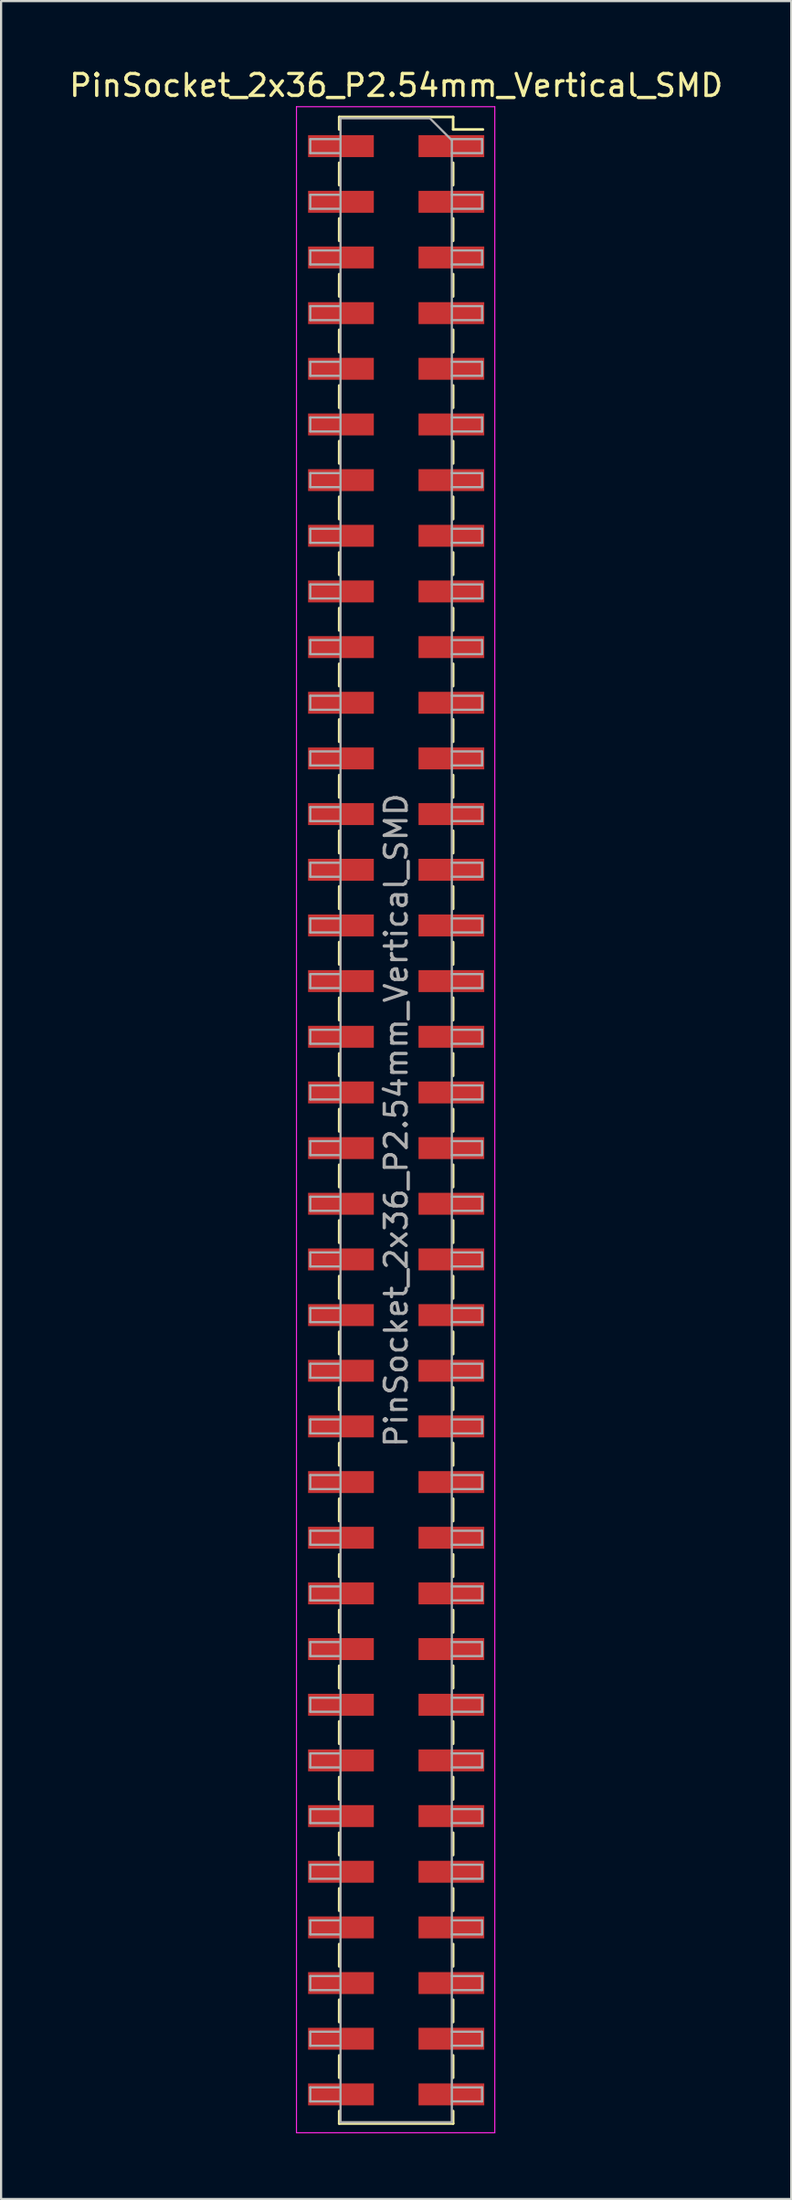
<source format=kicad_pcb>
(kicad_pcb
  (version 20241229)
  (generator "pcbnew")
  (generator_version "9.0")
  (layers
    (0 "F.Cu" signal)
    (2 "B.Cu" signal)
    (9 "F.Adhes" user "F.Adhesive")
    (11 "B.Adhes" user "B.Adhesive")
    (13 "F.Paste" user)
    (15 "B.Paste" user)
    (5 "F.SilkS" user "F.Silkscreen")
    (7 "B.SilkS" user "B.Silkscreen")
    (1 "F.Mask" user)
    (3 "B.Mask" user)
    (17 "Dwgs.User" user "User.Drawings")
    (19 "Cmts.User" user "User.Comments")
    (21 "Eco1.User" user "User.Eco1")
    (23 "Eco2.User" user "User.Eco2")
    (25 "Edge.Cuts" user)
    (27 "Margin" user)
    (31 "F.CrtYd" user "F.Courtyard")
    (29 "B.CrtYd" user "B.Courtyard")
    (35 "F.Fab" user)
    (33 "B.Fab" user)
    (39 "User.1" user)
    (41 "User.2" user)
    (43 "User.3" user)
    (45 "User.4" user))
  (footprint "PinSocket_2x36_P2.54mm_Vertical_SMD"
    (layer "F.Cu")
    (at 15.03 48.068)
    (property "Reference" "PinSocket_2x36_P2.54mm_Vertical_SMD" (at 0 -47.22 0) (layer "F.SilkS") (effects (font (size 1 1) (thickness 0.15))))
    (attr smd)
    (fp_line (start -2.6 -45.78) (end -2.6 -45.21) (stroke (width 0.12) (type solid)) (layer "F.SilkS"))
    (fp_line (start -2.6 -45.78) (end 2.6 -45.78) (stroke (width 0.12) (type solid)) (layer "F.SilkS"))
    (fp_line (start -2.6 -43.69) (end -2.6 -42.67) (stroke (width 0.12) (type solid)) (layer "F.SilkS"))
    (fp_line (start -2.6 -41.15) (end -2.6 -40.13) (stroke (width 0.12) (type solid)) (layer "F.SilkS"))
    (fp_line (start -2.6 -38.61) (end -2.6 -37.59) (stroke (width 0.12) (type solid)) (layer "F.SilkS"))
    (fp_line (start -2.6 -36.07) (end -2.6 -35.05) (stroke (width 0.12) (type solid)) (layer "F.SilkS"))
    (fp_line (start -2.6 -33.53) (end -2.6 -32.51) (stroke (width 0.12) (type solid)) (layer "F.SilkS"))
    (fp_line (start -2.6 -30.99) (end -2.6 -29.97) (stroke (width 0.12) (type solid)) (layer "F.SilkS"))
    (fp_line (start -2.6 -28.45) (end -2.6 -27.43) (stroke (width 0.12) (type solid)) (layer "F.SilkS"))
    (fp_line (start -2.6 -25.91) (end -2.6 -24.89) (stroke (width 0.12) (type solid)) (layer "F.SilkS"))
    (fp_line (start -2.6 -23.37) (end -2.6 -22.35) (stroke (width 0.12) (type solid)) (layer "F.SilkS"))
    (fp_line (start -2.6 -20.83) (end -2.6 -19.81) (stroke (width 0.12) (type solid)) (layer "F.SilkS"))
    (fp_line (start -2.6 -18.29) (end -2.6 -17.27) (stroke (width 0.12) (type solid)) (layer "F.SilkS"))
    (fp_line (start -2.6 -15.75) (end -2.6 -14.73) (stroke (width 0.12) (type solid)) (layer "F.SilkS"))
    (fp_line (start -2.6 -13.21) (end -2.6 -12.19) (stroke (width 0.12) (type solid)) (layer "F.SilkS"))
    (fp_line (start -2.6 -10.67) (end -2.6 -9.65) (stroke (width 0.12) (type solid)) (layer "F.SilkS"))
    (fp_line (start -2.6 -8.13) (end -2.6 -7.11) (stroke (width 0.12) (type solid)) (layer "F.SilkS"))
    (fp_line (start -2.6 -5.59) (end -2.6 -4.57) (stroke (width 0.12) (type solid)) (layer "F.SilkS"))
    (fp_line (start -2.6 -3.05) (end -2.6 -2.03) (stroke (width 0.12) (type solid)) (layer "F.SilkS"))
    (fp_line (start -2.6 -0.51) (end -2.6 0.51) (stroke (width 0.12) (type solid)) (layer "F.SilkS"))
    (fp_line (start -2.6 2.03) (end -2.6 3.05) (stroke (width 0.12) (type solid)) (layer "F.SilkS"))
    (fp_line (start -2.6 4.57) (end -2.6 5.59) (stroke (width 0.12) (type solid)) (layer "F.SilkS"))
    (fp_line (start -2.6 7.11) (end -2.6 8.13) (stroke (width 0.12) (type solid)) (layer "F.SilkS"))
    (fp_line (start -2.6 9.65) (end -2.6 10.67) (stroke (width 0.12) (type solid)) (layer "F.SilkS"))
    (fp_line (start -2.6 12.19) (end -2.6 13.21) (stroke (width 0.12) (type solid)) (layer "F.SilkS"))
    (fp_line (start -2.6 14.73) (end -2.6 15.75) (stroke (width 0.12) (type solid)) (layer "F.SilkS"))
    (fp_line (start -2.6 17.27) (end -2.6 18.29) (stroke (width 0.12) (type solid)) (layer "F.SilkS"))
    (fp_line (start -2.6 19.81) (end -2.6 20.83) (stroke (width 0.12) (type solid)) (layer "F.SilkS"))
    (fp_line (start -2.6 22.35) (end -2.6 23.37) (stroke (width 0.12) (type solid)) (layer "F.SilkS"))
    (fp_line (start -2.6 24.89) (end -2.6 25.91) (stroke (width 0.12) (type solid)) (layer "F.SilkS"))
    (fp_line (start -2.6 27.43) (end -2.6 28.45) (stroke (width 0.12) (type solid)) (layer "F.SilkS"))
    (fp_line (start -2.6 29.97) (end -2.6 30.99) (stroke (width 0.12) (type solid)) (layer "F.SilkS"))
    (fp_line (start -2.6 32.51) (end -2.6 33.53) (stroke (width 0.12) (type solid)) (layer "F.SilkS"))
    (fp_line (start -2.6 35.05) (end -2.6 36.07) (stroke (width 0.12) (type solid)) (layer "F.SilkS"))
    (fp_line (start -2.6 37.59) (end -2.6 38.61) (stroke (width 0.12) (type solid)) (layer "F.SilkS"))
    (fp_line (start -2.6 40.13) (end -2.6 41.15) (stroke (width 0.12) (type solid)) (layer "F.SilkS"))
    (fp_line (start -2.6 42.67) (end -2.6 43.69) (stroke (width 0.12) (type solid)) (layer "F.SilkS"))
    (fp_line (start -2.6 45.21) (end -2.6 45.78) (stroke (width 0.12) (type solid)) (layer "F.SilkS"))
    (fp_line (start -2.6 45.78) (end 2.6 45.78) (stroke (width 0.12) (type solid)) (layer "F.SilkS"))
    (fp_line (start 2.6 -45.78) (end 2.6 -45.21) (stroke (width 0.12) (type solid)) (layer "F.SilkS"))
    (fp_line (start 2.6 -45.21) (end 3.96 -45.21) (stroke (width 0.12) (type solid)) (layer "F.SilkS"))
    (fp_line (start 2.6 -43.69) (end 2.6 -42.67) (stroke (width 0.12) (type solid)) (layer "F.SilkS"))
    (fp_line (start 2.6 -41.15) (end 2.6 -40.13) (stroke (width 0.12) (type solid)) (layer "F.SilkS"))
    (fp_line (start 2.6 -38.61) (end 2.6 -37.59) (stroke (width 0.12) (type solid)) (layer "F.SilkS"))
    (fp_line (start 2.6 -36.07) (end 2.6 -35.05) (stroke (width 0.12) (type solid)) (layer "F.SilkS"))
    (fp_line (start 2.6 -33.53) (end 2.6 -32.51) (stroke (width 0.12) (type solid)) (layer "F.SilkS"))
    (fp_line (start 2.6 -30.99) (end 2.6 -29.97) (stroke (width 0.12) (type solid)) (layer "F.SilkS"))
    (fp_line (start 2.6 -28.45) (end 2.6 -27.43) (stroke (width 0.12) (type solid)) (layer "F.SilkS"))
    (fp_line (start 2.6 -25.91) (end 2.6 -24.89) (stroke (width 0.12) (type solid)) (layer "F.SilkS"))
    (fp_line (start 2.6 -23.37) (end 2.6 -22.35) (stroke (width 0.12) (type solid)) (layer "F.SilkS"))
    (fp_line (start 2.6 -20.83) (end 2.6 -19.81) (stroke (width 0.12) (type solid)) (layer "F.SilkS"))
    (fp_line (start 2.6 -18.29) (end 2.6 -17.27) (stroke (width 0.12) (type solid)) (layer "F.SilkS"))
    (fp_line (start 2.6 -15.75) (end 2.6 -14.73) (stroke (width 0.12) (type solid)) (layer "F.SilkS"))
    (fp_line (start 2.6 -13.21) (end 2.6 -12.19) (stroke (width 0.12) (type solid)) (layer "F.SilkS"))
    (fp_line (start 2.6 -10.67) (end 2.6 -9.65) (stroke (width 0.12) (type solid)) (layer "F.SilkS"))
    (fp_line (start 2.6 -8.13) (end 2.6 -7.11) (stroke (width 0.12) (type solid)) (layer "F.SilkS"))
    (fp_line (start 2.6 -5.59) (end 2.6 -4.57) (stroke (width 0.12) (type solid)) (layer "F.SilkS"))
    (fp_line (start 2.6 -3.05) (end 2.6 -2.03) (stroke (width 0.12) (type solid)) (layer "F.SilkS"))
    (fp_line (start 2.6 -0.51) (end 2.6 0.51) (stroke (width 0.12) (type solid)) (layer "F.SilkS"))
    (fp_line (start 2.6 2.03) (end 2.6 3.05) (stroke (width 0.12) (type solid)) (layer "F.SilkS"))
    (fp_line (start 2.6 4.57) (end 2.6 5.59) (stroke (width 0.12) (type solid)) (layer "F.SilkS"))
    (fp_line (start 2.6 7.11) (end 2.6 8.13) (stroke (width 0.12) (type solid)) (layer "F.SilkS"))
    (fp_line (start 2.6 9.65) (end 2.6 10.67) (stroke (width 0.12) (type solid)) (layer "F.SilkS"))
    (fp_line (start 2.6 12.19) (end 2.6 13.21) (stroke (width 0.12) (type solid)) (layer "F.SilkS"))
    (fp_line (start 2.6 14.73) (end 2.6 15.75) (stroke (width 0.12) (type solid)) (layer "F.SilkS"))
    (fp_line (start 2.6 17.27) (end 2.6 18.29) (stroke (width 0.12) (type solid)) (layer "F.SilkS"))
    (fp_line (start 2.6 19.81) (end 2.6 20.83) (stroke (width 0.12) (type solid)) (layer "F.SilkS"))
    (fp_line (start 2.6 22.35) (end 2.6 23.37) (stroke (width 0.12) (type solid)) (layer "F.SilkS"))
    (fp_line (start 2.6 24.89) (end 2.6 25.91) (stroke (width 0.12) (type solid)) (layer "F.SilkS"))
    (fp_line (start 2.6 27.43) (end 2.6 28.45) (stroke (width 0.12) (type solid)) (layer "F.SilkS"))
    (fp_line (start 2.6 29.97) (end 2.6 30.99) (stroke (width 0.12) (type solid)) (layer "F.SilkS"))
    (fp_line (start 2.6 32.51) (end 2.6 33.53) (stroke (width 0.12) (type solid)) (layer "F.SilkS"))
    (fp_line (start 2.6 35.05) (end 2.6 36.07) (stroke (width 0.12) (type solid)) (layer "F.SilkS"))
    (fp_line (start 2.6 37.59) (end 2.6 38.61) (stroke (width 0.12) (type solid)) (layer "F.SilkS"))
    (fp_line (start 2.6 40.13) (end 2.6 41.15) (stroke (width 0.12) (type solid)) (layer "F.SilkS"))
    (fp_line (start 2.6 42.67) (end 2.6 43.69) (stroke (width 0.12) (type solid)) (layer "F.SilkS"))
    (fp_line (start 2.6 45.21) (end 2.6 45.78) (stroke (width 0.12) (type solid)) (layer "F.SilkS"))
    (fp_line (start -4.55 -46.25) (end 4.5 -46.25) (stroke (width 0.05) (type solid)) (layer "F.CrtYd"))
    (fp_line (start -4.55 46.2) (end -4.55 -46.25) (stroke (width 0.05) (type solid)) (layer "F.CrtYd"))
    (fp_line (start 4.5 -46.25) (end 4.5 46.2) (stroke (width 0.05) (type solid)) (layer "F.CrtYd"))
    (fp_line (start 4.5 46.2) (end -4.55 46.2) (stroke (width 0.05) (type solid)) (layer "F.CrtYd"))
    (fp_line (start -3.92 -44.77) (end -2.54 -44.77) (stroke (width 0.1) (type solid)) (layer "F.Fab"))
    (fp_line (start -3.92 -44.13) (end -3.92 -44.77) (stroke (width 0.1) (type solid)) (layer "F.Fab"))
    (fp_line (start -3.92 -42.23) (end -2.54 -42.23) (stroke (width 0.1) (type solid)) (layer "F.Fab"))
    (fp_line (start -3.92 -41.59) (end -3.92 -42.23) (stroke (width 0.1) (type solid)) (layer "F.Fab"))
    (fp_line (start -3.92 -39.69) (end -2.54 -39.69) (stroke (width 0.1) (type solid)) (layer "F.Fab"))
    (fp_line (start -3.92 -39.05) (end -3.92 -39.69) (stroke (width 0.1) (type solid)) (layer "F.Fab"))
    (fp_line (start -3.92 -37.15) (end -2.54 -37.15) (stroke (width 0.1) (type solid)) (layer "F.Fab"))
    (fp_line (start -3.92 -36.51) (end -3.92 -37.15) (stroke (width 0.1) (type solid)) (layer "F.Fab"))
    (fp_line (start -3.92 -34.61) (end -2.54 -34.61) (stroke (width 0.1) (type solid)) (layer "F.Fab"))
    (fp_line (start -3.92 -33.97) (end -3.92 -34.61) (stroke (width 0.1) (type solid)) (layer "F.Fab"))
    (fp_line (start -3.92 -32.07) (end -2.54 -32.07) (stroke (width 0.1) (type solid)) (layer "F.Fab"))
    (fp_line (start -3.92 -31.43) (end -3.92 -32.07) (stroke (width 0.1) (type solid)) (layer "F.Fab"))
    (fp_line (start -3.92 -29.53) (end -2.54 -29.53) (stroke (width 0.1) (type solid)) (layer "F.Fab"))
    (fp_line (start -3.92 -28.89) (end -3.92 -29.53) (stroke (width 0.1) (type solid)) (layer "F.Fab"))
    (fp_line (start -3.92 -26.99) (end -2.54 -26.99) (stroke (width 0.1) (type solid)) (layer "F.Fab"))
    (fp_line (start -3.92 -26.35) (end -3.92 -26.99) (stroke (width 0.1) (type solid)) (layer "F.Fab"))
    (fp_line (start -3.92 -24.45) (end -2.54 -24.45) (stroke (width 0.1) (type solid)) (layer "F.Fab"))
    (fp_line (start -3.92 -23.81) (end -3.92 -24.45) (stroke (width 0.1) (type solid)) (layer "F.Fab"))
    (fp_line (start -3.92 -21.91) (end -2.54 -21.91) (stroke (width 0.1) (type solid)) (layer "F.Fab"))
    (fp_line (start -3.92 -21.27) (end -3.92 -21.91) (stroke (width 0.1) (type solid)) (layer "F.Fab"))
    (fp_line (start -3.92 -19.37) (end -2.54 -19.37) (stroke (width 0.1) (type solid)) (layer "F.Fab"))
    (fp_line (start -3.92 -18.73) (end -3.92 -19.37) (stroke (width 0.1) (type solid)) (layer "F.Fab"))
    (fp_line (start -3.92 -16.83) (end -2.54 -16.83) (stroke (width 0.1) (type solid)) (layer "F.Fab"))
    (fp_line (start -3.92 -16.19) (end -3.92 -16.83) (stroke (width 0.1) (type solid)) (layer "F.Fab"))
    (fp_line (start -3.92 -14.29) (end -2.54 -14.29) (stroke (width 0.1) (type solid)) (layer "F.Fab"))
    (fp_line (start -3.92 -13.65) (end -3.92 -14.29) (stroke (width 0.1) (type solid)) (layer "F.Fab"))
    (fp_line (start -3.92 -11.75) (end -2.54 -11.75) (stroke (width 0.1) (type solid)) (layer "F.Fab"))
    (fp_line (start -3.92 -11.11) (end -3.92 -11.75) (stroke (width 0.1) (type solid)) (layer "F.Fab"))
    (fp_line (start -3.92 -9.21) (end -2.54 -9.21) (stroke (width 0.1) (type solid)) (layer "F.Fab"))
    (fp_line (start -3.92 -8.57) (end -3.92 -9.21) (stroke (width 0.1) (type solid)) (layer "F.Fab"))
    (fp_line (start -3.92 -6.67) (end -2.54 -6.67) (stroke (width 0.1) (type solid)) (layer "F.Fab"))
    (fp_line (start -3.92 -6.03) (end -3.92 -6.67) (stroke (width 0.1) (type solid)) (layer "F.Fab"))
    (fp_line (start -3.92 -4.13) (end -2.54 -4.13) (stroke (width 0.1) (type solid)) (layer "F.Fab"))
    (fp_line (start -3.92 -3.49) (end -3.92 -4.13) (stroke (width 0.1) (type solid)) (layer "F.Fab"))
    (fp_line (start -3.92 -1.59) (end -2.54 -1.59) (stroke (width 0.1) (type solid)) (layer "F.Fab"))
    (fp_line (start -3.92 -0.95) (end -3.92 -1.59) (stroke (width 0.1) (type solid)) (layer "F.Fab"))
    (fp_line (start -3.92 0.95) (end -2.54 0.95) (stroke (width 0.1) (type solid)) (layer "F.Fab"))
    (fp_line (start -3.92 1.59) (end -3.92 0.95) (stroke (width 0.1) (type solid)) (layer "F.Fab"))
    (fp_line (start -3.92 3.49) (end -2.54 3.49) (stroke (width 0.1) (type solid)) (layer "F.Fab"))
    (fp_line (start -3.92 4.13) (end -3.92 3.49) (stroke (width 0.1) (type solid)) (layer "F.Fab"))
    (fp_line (start -3.92 6.03) (end -2.54 6.03) (stroke (width 0.1) (type solid)) (layer "F.Fab"))
    (fp_line (start -3.92 6.67) (end -3.92 6.03) (stroke (width 0.1) (type solid)) (layer "F.Fab"))
    (fp_line (start -3.92 8.57) (end -2.54 8.57) (stroke (width 0.1) (type solid)) (layer "F.Fab"))
    (fp_line (start -3.92 9.21) (end -3.92 8.57) (stroke (width 0.1) (type solid)) (layer "F.Fab"))
    (fp_line (start -3.92 11.11) (end -2.54 11.11) (stroke (width 0.1) (type solid)) (layer "F.Fab"))
    (fp_line (start -3.92 11.75) (end -3.92 11.11) (stroke (width 0.1) (type solid)) (layer "F.Fab"))
    (fp_line (start -3.92 13.65) (end -2.54 13.65) (stroke (width 0.1) (type solid)) (layer "F.Fab"))
    (fp_line (start -3.92 14.29) (end -3.92 13.65) (stroke (width 0.1) (type solid)) (layer "F.Fab"))
    (fp_line (start -3.92 16.19) (end -2.54 16.19) (stroke (width 0.1) (type solid)) (layer "F.Fab"))
    (fp_line (start -3.92 16.83) (end -3.92 16.19) (stroke (width 0.1) (type solid)) (layer "F.Fab"))
    (fp_line (start -3.92 18.73) (end -2.54 18.73) (stroke (width 0.1) (type solid)) (layer "F.Fab"))
    (fp_line (start -3.92 19.37) (end -3.92 18.73) (stroke (width 0.1) (type solid)) (layer "F.Fab"))
    (fp_line (start -3.92 21.27) (end -2.54 21.27) (stroke (width 0.1) (type solid)) (layer "F.Fab"))
    (fp_line (start -3.92 21.91) (end -3.92 21.27) (stroke (width 0.1) (type solid)) (layer "F.Fab"))
    (fp_line (start -3.92 23.81) (end -2.54 23.81) (stroke (width 0.1) (type solid)) (layer "F.Fab"))
    (fp_line (start -3.92 24.45) (end -3.92 23.81) (stroke (width 0.1) (type solid)) (layer "F.Fab"))
    (fp_line (start -3.92 26.35) (end -2.54 26.35) (stroke (width 0.1) (type solid)) (layer "F.Fab"))
    (fp_line (start -3.92 26.99) (end -3.92 26.35) (stroke (width 0.1) (type solid)) (layer "F.Fab"))
    (fp_line (start -3.92 28.89) (end -2.54 28.89) (stroke (width 0.1) (type solid)) (layer "F.Fab"))
    (fp_line (start -3.92 29.53) (end -3.92 28.89) (stroke (width 0.1) (type solid)) (layer "F.Fab"))
    (fp_line (start -3.92 31.43) (end -2.54 31.43) (stroke (width 0.1) (type solid)) (layer "F.Fab"))
    (fp_line (start -3.92 32.07) (end -3.92 31.43) (stroke (width 0.1) (type solid)) (layer "F.Fab"))
    (fp_line (start -3.92 33.97) (end -2.54 33.97) (stroke (width 0.1) (type solid)) (layer "F.Fab"))
    (fp_line (start -3.92 34.61) (end -3.92 33.97) (stroke (width 0.1) (type solid)) (layer "F.Fab"))
    (fp_line (start -3.92 36.51) (end -2.54 36.51) (stroke (width 0.1) (type solid)) (layer "F.Fab"))
    (fp_line (start -3.92 37.15) (end -3.92 36.51) (stroke (width 0.1) (type solid)) (layer "F.Fab"))
    (fp_line (start -3.92 39.05) (end -2.54 39.05) (stroke (width 0.1) (type solid)) (layer "F.Fab"))
    (fp_line (start -3.92 39.69) (end -3.92 39.05) (stroke (width 0.1) (type solid)) (layer "F.Fab"))
    (fp_line (start -3.92 41.59) (end -2.54 41.59) (stroke (width 0.1) (type solid)) (layer "F.Fab"))
    (fp_line (start -3.92 42.23) (end -3.92 41.59) (stroke (width 0.1) (type solid)) (layer "F.Fab"))
    (fp_line (start -3.92 44.13) (end -2.54 44.13) (stroke (width 0.1) (type solid)) (layer "F.Fab"))
    (fp_line (start -3.92 44.77) (end -3.92 44.13) (stroke (width 0.1) (type solid)) (layer "F.Fab"))
    (fp_line (start -2.54 -45.72) (end 1.54 -45.72) (stroke (width 0.1) (type solid)) (layer "F.Fab"))
    (fp_line (start -2.54 -44.13) (end -3.92 -44.13) (stroke (width 0.1) (type solid)) (layer "F.Fab"))
    (fp_line (start -2.54 -41.59) (end -3.92 -41.59) (stroke (width 0.1) (type solid)) (layer "F.Fab"))
    (fp_line (start -2.54 -39.05) (end -3.92 -39.05) (stroke (width 0.1) (type solid)) (layer "F.Fab"))
    (fp_line (start -2.54 -36.51) (end -3.92 -36.51) (stroke (width 0.1) (type solid)) (layer "F.Fab"))
    (fp_line (start -2.54 -33.97) (end -3.92 -33.97) (stroke (width 0.1) (type solid)) (layer "F.Fab"))
    (fp_line (start -2.54 -31.43) (end -3.92 -31.43) (stroke (width 0.1) (type solid)) (layer "F.Fab"))
    (fp_line (start -2.54 -28.89) (end -3.92 -28.89) (stroke (width 0.1) (type solid)) (layer "F.Fab"))
    (fp_line (start -2.54 -26.35) (end -3.92 -26.35) (stroke (width 0.1) (type solid)) (layer "F.Fab"))
    (fp_line (start -2.54 -23.81) (end -3.92 -23.81) (stroke (width 0.1) (type solid)) (layer "F.Fab"))
    (fp_line (start -2.54 -21.27) (end -3.92 -21.27) (stroke (width 0.1) (type solid)) (layer "F.Fab"))
    (fp_line (start -2.54 -18.73) (end -3.92 -18.73) (stroke (width 0.1) (type solid)) (layer "F.Fab"))
    (fp_line (start -2.54 -16.19) (end -3.92 -16.19) (stroke (width 0.1) (type solid)) (layer "F.Fab"))
    (fp_line (start -2.54 -13.65) (end -3.92 -13.65) (stroke (width 0.1) (type solid)) (layer "F.Fab"))
    (fp_line (start -2.54 -11.11) (end -3.92 -11.11) (stroke (width 0.1) (type solid)) (layer "F.Fab"))
    (fp_line (start -2.54 -8.57) (end -3.92 -8.57) (stroke (width 0.1) (type solid)) (layer "F.Fab"))
    (fp_line (start -2.54 -6.03) (end -3.92 -6.03) (stroke (width 0.1) (type solid)) (layer "F.Fab"))
    (fp_line (start -2.54 -3.49) (end -3.92 -3.49) (stroke (width 0.1) (type solid)) (layer "F.Fab"))
    (fp_line (start -2.54 -0.95) (end -3.92 -0.95) (stroke (width 0.1) (type solid)) (layer "F.Fab"))
    (fp_line (start -2.54 1.59) (end -3.92 1.59) (stroke (width 0.1) (type solid)) (layer "F.Fab"))
    (fp_line (start -2.54 4.13) (end -3.92 4.13) (stroke (width 0.1) (type solid)) (layer "F.Fab"))
    (fp_line (start -2.54 6.67) (end -3.92 6.67) (stroke (width 0.1) (type solid)) (layer "F.Fab"))
    (fp_line (start -2.54 9.21) (end -3.92 9.21) (stroke (width 0.1) (type solid)) (layer "F.Fab"))
    (fp_line (start -2.54 11.75) (end -3.92 11.75) (stroke (width 0.1) (type solid)) (layer "F.Fab"))
    (fp_line (start -2.54 14.29) (end -3.92 14.29) (stroke (width 0.1) (type solid)) (layer "F.Fab"))
    (fp_line (start -2.54 16.83) (end -3.92 16.83) (stroke (width 0.1) (type solid)) (layer "F.Fab"))
    (fp_line (start -2.54 19.37) (end -3.92 19.37) (stroke (width 0.1) (type solid)) (layer "F.Fab"))
    (fp_line (start -2.54 21.91) (end -3.92 21.91) (stroke (width 0.1) (type solid)) (layer "F.Fab"))
    (fp_line (start -2.54 24.45) (end -3.92 24.45) (stroke (width 0.1) (type solid)) (layer "F.Fab"))
    (fp_line (start -2.54 26.99) (end -3.92 26.99) (stroke (width 0.1) (type solid)) (layer "F.Fab"))
    (fp_line (start -2.54 29.53) (end -3.92 29.53) (stroke (width 0.1) (type solid)) (layer "F.Fab"))
    (fp_line (start -2.54 32.07) (end -3.92 32.07) (stroke (width 0.1) (type solid)) (layer "F.Fab"))
    (fp_line (start -2.54 34.61) (end -3.92 34.61) (stroke (width 0.1) (type solid)) (layer "F.Fab"))
    (fp_line (start -2.54 37.15) (end -3.92 37.15) (stroke (width 0.1) (type solid)) (layer "F.Fab"))
    (fp_line (start -2.54 39.69) (end -3.92 39.69) (stroke (width 0.1) (type solid)) (layer "F.Fab"))
    (fp_line (start -2.54 42.23) (end -3.92 42.23) (stroke (width 0.1) (type solid)) (layer "F.Fab"))
    (fp_line (start -2.54 44.77) (end -3.92 44.77) (stroke (width 0.1) (type solid)) (layer "F.Fab"))
    (fp_line (start -2.54 45.72) (end -2.54 -45.72) (stroke (width 0.1) (type solid)) (layer "F.Fab"))
    (fp_line (start 1.54 -45.72) (end 2.54 -44.72) (stroke (width 0.1) (type solid)) (layer "F.Fab"))
    (fp_line (start 2.54 -44.77) (end 3.92 -44.77) (stroke (width 0.1) (type solid)) (layer "F.Fab"))
    (fp_line (start 2.54 -44.72) (end 2.54 45.72) (stroke (width 0.1) (type solid)) (layer "F.Fab"))
    (fp_line (start 2.54 -42.23) (end 3.92 -42.23) (stroke (width 0.1) (type solid)) (layer "F.Fab"))
    (fp_line (start 2.54 -39.69) (end 3.92 -39.69) (stroke (width 0.1) (type solid)) (layer "F.Fab"))
    (fp_line (start 2.54 -37.15) (end 3.92 -37.15) (stroke (width 0.1) (type solid)) (layer "F.Fab"))
    (fp_line (start 2.54 -34.61) (end 3.92 -34.61) (stroke (width 0.1) (type solid)) (layer "F.Fab"))
    (fp_line (start 2.54 -32.07) (end 3.92 -32.07) (stroke (width 0.1) (type solid)) (layer "F.Fab"))
    (fp_line (start 2.54 -29.53) (end 3.92 -29.53) (stroke (width 0.1) (type solid)) (layer "F.Fab"))
    (fp_line (start 2.54 -26.99) (end 3.92 -26.99) (stroke (width 0.1) (type solid)) (layer "F.Fab"))
    (fp_line (start 2.54 -24.45) (end 3.92 -24.45) (stroke (width 0.1) (type solid)) (layer "F.Fab"))
    (fp_line (start 2.54 -21.91) (end 3.92 -21.91) (stroke (width 0.1) (type solid)) (layer "F.Fab"))
    (fp_line (start 2.54 -19.37) (end 3.92 -19.37) (stroke (width 0.1) (type solid)) (layer "F.Fab"))
    (fp_line (start 2.54 -16.83) (end 3.92 -16.83) (stroke (width 0.1) (type solid)) (layer "F.Fab"))
    (fp_line (start 2.54 -14.29) (end 3.92 -14.29) (stroke (width 0.1) (type solid)) (layer "F.Fab"))
    (fp_line (start 2.54 -11.75) (end 3.92 -11.75) (stroke (width 0.1) (type solid)) (layer "F.Fab"))
    (fp_line (start 2.54 -9.21) (end 3.92 -9.21) (stroke (width 0.1) (type solid)) (layer "F.Fab"))
    (fp_line (start 2.54 -6.67) (end 3.92 -6.67) (stroke (width 0.1) (type solid)) (layer "F.Fab"))
    (fp_line (start 2.54 -4.13) (end 3.92 -4.13) (stroke (width 0.1) (type solid)) (layer "F.Fab"))
    (fp_line (start 2.54 -1.59) (end 3.92 -1.59) (stroke (width 0.1) (type solid)) (layer "F.Fab"))
    (fp_line (start 2.54 0.95) (end 3.92 0.95) (stroke (width 0.1) (type solid)) (layer "F.Fab"))
    (fp_line (start 2.54 3.49) (end 3.92 3.49) (stroke (width 0.1) (type solid)) (layer "F.Fab"))
    (fp_line (start 2.54 6.03) (end 3.92 6.03) (stroke (width 0.1) (type solid)) (layer "F.Fab"))
    (fp_line (start 2.54 8.57) (end 3.92 8.57) (stroke (width 0.1) (type solid)) (layer "F.Fab"))
    (fp_line (start 2.54 11.11) (end 3.92 11.11) (stroke (width 0.1) (type solid)) (layer "F.Fab"))
    (fp_line (start 2.54 13.65) (end 3.92 13.65) (stroke (width 0.1) (type solid)) (layer "F.Fab"))
    (fp_line (start 2.54 16.19) (end 3.92 16.19) (stroke (width 0.1) (type solid)) (layer "F.Fab"))
    (fp_line (start 2.54 18.73) (end 3.92 18.73) (stroke (width 0.1) (type solid)) (layer "F.Fab"))
    (fp_line (start 2.54 21.27) (end 3.92 21.27) (stroke (width 0.1) (type solid)) (layer "F.Fab"))
    (fp_line (start 2.54 23.81) (end 3.92 23.81) (stroke (width 0.1) (type solid)) (layer "F.Fab"))
    (fp_line (start 2.54 26.35) (end 3.92 26.35) (stroke (width 0.1) (type solid)) (layer "F.Fab"))
    (fp_line (start 2.54 28.89) (end 3.92 28.89) (stroke (width 0.1) (type solid)) (layer "F.Fab"))
    (fp_line (start 2.54 31.43) (end 3.92 31.43) (stroke (width 0.1) (type solid)) (layer "F.Fab"))
    (fp_line (start 2.54 33.97) (end 3.92 33.97) (stroke (width 0.1) (type solid)) (layer "F.Fab"))
    (fp_line (start 2.54 36.51) (end 3.92 36.51) (stroke (width 0.1) (type solid)) (layer "F.Fab"))
    (fp_line (start 2.54 39.05) (end 3.92 39.05) (stroke (width 0.1) (type solid)) (layer "F.Fab"))
    (fp_line (start 2.54 41.59) (end 3.92 41.59) (stroke (width 0.1) (type solid)) (layer "F.Fab"))
    (fp_line (start 2.54 44.13) (end 3.92 44.13) (stroke (width 0.1) (type solid)) (layer "F.Fab"))
    (fp_line (start 2.54 45.72) (end -2.54 45.72) (stroke (width 0.1) (type solid)) (layer "F.Fab"))
    (fp_line (start 3.92 -44.77) (end 3.92 -44.13) (stroke (width 0.1) (type solid)) (layer "F.Fab"))
    (fp_line (start 3.92 -44.13) (end 2.54 -44.13) (stroke (width 0.1) (type solid)) (layer "F.Fab"))
    (fp_line (start 3.92 -42.23) (end 3.92 -41.59) (stroke (width 0.1) (type solid)) (layer "F.Fab"))
    (fp_line (start 3.92 -41.59) (end 2.54 -41.59) (stroke (width 0.1) (type solid)) (layer "F.Fab"))
    (fp_line (start 3.92 -39.69) (end 3.92 -39.05) (stroke (width 0.1) (type solid)) (layer "F.Fab"))
    (fp_line (start 3.92 -39.05) (end 2.54 -39.05) (stroke (width 0.1) (type solid)) (layer "F.Fab"))
    (fp_line (start 3.92 -37.15) (end 3.92 -36.51) (stroke (width 0.1) (type solid)) (layer "F.Fab"))
    (fp_line (start 3.92 -36.51) (end 2.54 -36.51) (stroke (width 0.1) (type solid)) (layer "F.Fab"))
    (fp_line (start 3.92 -34.61) (end 3.92 -33.97) (stroke (width 0.1) (type solid)) (layer "F.Fab"))
    (fp_line (start 3.92 -33.97) (end 2.54 -33.97) (stroke (width 0.1) (type solid)) (layer "F.Fab"))
    (fp_line (start 3.92 -32.07) (end 3.92 -31.43) (stroke (width 0.1) (type solid)) (layer "F.Fab"))
    (fp_line (start 3.92 -31.43) (end 2.54 -31.43) (stroke (width 0.1) (type solid)) (layer "F.Fab"))
    (fp_line (start 3.92 -29.53) (end 3.92 -28.89) (stroke (width 0.1) (type solid)) (layer "F.Fab"))
    (fp_line (start 3.92 -28.89) (end 2.54 -28.89) (stroke (width 0.1) (type solid)) (layer "F.Fab"))
    (fp_line (start 3.92 -26.99) (end 3.92 -26.35) (stroke (width 0.1) (type solid)) (layer "F.Fab"))
    (fp_line (start 3.92 -26.35) (end 2.54 -26.35) (stroke (width 0.1) (type solid)) (layer "F.Fab"))
    (fp_line (start 3.92 -24.45) (end 3.92 -23.81) (stroke (width 0.1) (type solid)) (layer "F.Fab"))
    (fp_line (start 3.92 -23.81) (end 2.54 -23.81) (stroke (width 0.1) (type solid)) (layer "F.Fab"))
    (fp_line (start 3.92 -21.91) (end 3.92 -21.27) (stroke (width 0.1) (type solid)) (layer "F.Fab"))
    (fp_line (start 3.92 -21.27) (end 2.54 -21.27) (stroke (width 0.1) (type solid)) (layer "F.Fab"))
    (fp_line (start 3.92 -19.37) (end 3.92 -18.73) (stroke (width 0.1) (type solid)) (layer "F.Fab"))
    (fp_line (start 3.92 -18.73) (end 2.54 -18.73) (stroke (width 0.1) (type solid)) (layer "F.Fab"))
    (fp_line (start 3.92 -16.83) (end 3.92 -16.19) (stroke (width 0.1) (type solid)) (layer "F.Fab"))
    (fp_line (start 3.92 -16.19) (end 2.54 -16.19) (stroke (width 0.1) (type solid)) (layer "F.Fab"))
    (fp_line (start 3.92 -14.29) (end 3.92 -13.65) (stroke (width 0.1) (type solid)) (layer "F.Fab"))
    (fp_line (start 3.92 -13.65) (end 2.54 -13.65) (stroke (width 0.1) (type solid)) (layer "F.Fab"))
    (fp_line (start 3.92 -11.75) (end 3.92 -11.11) (stroke (width 0.1) (type solid)) (layer "F.Fab"))
    (fp_line (start 3.92 -11.11) (end 2.54 -11.11) (stroke (width 0.1) (type solid)) (layer "F.Fab"))
    (fp_line (start 3.92 -9.21) (end 3.92 -8.57) (stroke (width 0.1) (type solid)) (layer "F.Fab"))
    (fp_line (start 3.92 -8.57) (end 2.54 -8.57) (stroke (width 0.1) (type solid)) (layer "F.Fab"))
    (fp_line (start 3.92 -6.67) (end 3.92 -6.03) (stroke (width 0.1) (type solid)) (layer "F.Fab"))
    (fp_line (start 3.92 -6.03) (end 2.54 -6.03) (stroke (width 0.1) (type solid)) (layer "F.Fab"))
    (fp_line (start 3.92 -4.13) (end 3.92 -3.49) (stroke (width 0.1) (type solid)) (layer "F.Fab"))
    (fp_line (start 3.92 -3.49) (end 2.54 -3.49) (stroke (width 0.1) (type solid)) (layer "F.Fab"))
    (fp_line (start 3.92 -1.59) (end 3.92 -0.95) (stroke (width 0.1) (type solid)) (layer "F.Fab"))
    (fp_line (start 3.92 -0.95) (end 2.54 -0.95) (stroke (width 0.1) (type solid)) (layer "F.Fab"))
    (fp_line (start 3.92 0.95) (end 3.92 1.59) (stroke (width 0.1) (type solid)) (layer "F.Fab"))
    (fp_line (start 3.92 1.59) (end 2.54 1.59) (stroke (width 0.1) (type solid)) (layer "F.Fab"))
    (fp_line (start 3.92 3.49) (end 3.92 4.13) (stroke (width 0.1) (type solid)) (layer "F.Fab"))
    (fp_line (start 3.92 4.13) (end 2.54 4.13) (stroke (width 0.1) (type solid)) (layer "F.Fab"))
    (fp_line (start 3.92 6.03) (end 3.92 6.67) (stroke (width 0.1) (type solid)) (layer "F.Fab"))
    (fp_line (start 3.92 6.67) (end 2.54 6.67) (stroke (width 0.1) (type solid)) (layer "F.Fab"))
    (fp_line (start 3.92 8.57) (end 3.92 9.21) (stroke (width 0.1) (type solid)) (layer "F.Fab"))
    (fp_line (start 3.92 9.21) (end 2.54 9.21) (stroke (width 0.1) (type solid)) (layer "F.Fab"))
    (fp_line (start 3.92 11.11) (end 3.92 11.75) (stroke (width 0.1) (type solid)) (layer "F.Fab"))
    (fp_line (start 3.92 11.75) (end 2.54 11.75) (stroke (width 0.1) (type solid)) (layer "F.Fab"))
    (fp_line (start 3.92 13.65) (end 3.92 14.29) (stroke (width 0.1) (type solid)) (layer "F.Fab"))
    (fp_line (start 3.92 14.29) (end 2.54 14.29) (stroke (width 0.1) (type solid)) (layer "F.Fab"))
    (fp_line (start 3.92 16.19) (end 3.92 16.83) (stroke (width 0.1) (type solid)) (layer "F.Fab"))
    (fp_line (start 3.92 16.83) (end 2.54 16.83) (stroke (width 0.1) (type solid)) (layer "F.Fab"))
    (fp_line (start 3.92 18.73) (end 3.92 19.37) (stroke (width 0.1) (type solid)) (layer "F.Fab"))
    (fp_line (start 3.92 19.37) (end 2.54 19.37) (stroke (width 0.1) (type solid)) (layer "F.Fab"))
    (fp_line (start 3.92 21.27) (end 3.92 21.91) (stroke (width 0.1) (type solid)) (layer "F.Fab"))
    (fp_line (start 3.92 21.91) (end 2.54 21.91) (stroke (width 0.1) (type solid)) (layer "F.Fab"))
    (fp_line (start 3.92 23.81) (end 3.92 24.45) (stroke (width 0.1) (type solid)) (layer "F.Fab"))
    (fp_line (start 3.92 24.45) (end 2.54 24.45) (stroke (width 0.1) (type solid)) (layer "F.Fab"))
    (fp_line (start 3.92 26.35) (end 3.92 26.99) (stroke (width 0.1) (type solid)) (layer "F.Fab"))
    (fp_line (start 3.92 26.99) (end 2.54 26.99) (stroke (width 0.1) (type solid)) (layer "F.Fab"))
    (fp_line (start 3.92 28.89) (end 3.92 29.53) (stroke (width 0.1) (type solid)) (layer "F.Fab"))
    (fp_line (start 3.92 29.53) (end 2.54 29.53) (stroke (width 0.1) (type solid)) (layer "F.Fab"))
    (fp_line (start 3.92 31.43) (end 3.92 32.07) (stroke (width 0.1) (type solid)) (layer "F.Fab"))
    (fp_line (start 3.92 32.07) (end 2.54 32.07) (stroke (width 0.1) (type solid)) (layer "F.Fab"))
    (fp_line (start 3.92 33.97) (end 3.92 34.61) (stroke (width 0.1) (type solid)) (layer "F.Fab"))
    (fp_line (start 3.92 34.61) (end 2.54 34.61) (stroke (width 0.1) (type solid)) (layer "F.Fab"))
    (fp_line (start 3.92 36.51) (end 3.92 37.15) (stroke (width 0.1) (type solid)) (layer "F.Fab"))
    (fp_line (start 3.92 37.15) (end 2.54 37.15) (stroke (width 0.1) (type solid)) (layer "F.Fab"))
    (fp_line (start 3.92 39.05) (end 3.92 39.69) (stroke (width 0.1) (type solid)) (layer "F.Fab"))
    (fp_line (start 3.92 39.69) (end 2.54 39.69) (stroke (width 0.1) (type solid)) (layer "F.Fab"))
    (fp_line (start 3.92 41.59) (end 3.92 42.23) (stroke (width 0.1) (type solid)) (layer "F.Fab"))
    (fp_line (start 3.92 42.23) (end 2.54 42.23) (stroke (width 0.1) (type solid)) (layer "F.Fab"))
    (fp_line (start 3.92 44.13) (end 3.92 44.77) (stroke (width 0.1) (type solid)) (layer "F.Fab"))
    (fp_line (start 3.92 44.77) (end 2.54 44.77) (stroke (width 0.1) (type solid)) (layer "F.Fab"))
    (fp_text user "${REFERENCE}" (at 0 0 90) (layer "F.Fab") (effects (font (size 1 1) (thickness 0.15))))
    (pad "1" smd rect (at 2.52 -44.45) (size 3 1) (layers "F.Cu" "F.Mask" "F.Paste"))
    (pad "2" smd rect (at -2.52 -44.45) (size 3 1) (layers "F.Cu" "F.Mask" "F.Paste"))
    (pad "3" smd rect (at 2.52 -41.91) (size 3 1) (layers "F.Cu" "F.Mask" "F.Paste"))
    (pad "4" smd rect (at -2.52 -41.91) (size 3 1) (layers "F.Cu" "F.Mask" "F.Paste"))
    (pad "5" smd rect (at 2.52 -39.37) (size 3 1) (layers "F.Cu" "F.Mask" "F.Paste"))
    (pad "6" smd rect (at -2.52 -39.37) (size 3 1) (layers "F.Cu" "F.Mask" "F.Paste"))
    (pad "7" smd rect (at 2.52 -36.83) (size 3 1) (layers "F.Cu" "F.Mask" "F.Paste"))
    (pad "8" smd rect (at -2.52 -36.83) (size 3 1) (layers "F.Cu" "F.Mask" "F.Paste"))
    (pad "9" smd rect (at 2.52 -34.29) (size 3 1) (layers "F.Cu" "F.Mask" "F.Paste"))
    (pad "10" smd rect (at -2.52 -34.29) (size 3 1) (layers "F.Cu" "F.Mask" "F.Paste"))
    (pad "11" smd rect (at 2.52 -31.75) (size 3 1) (layers "F.Cu" "F.Mask" "F.Paste"))
    (pad "12" smd rect (at -2.52 -31.75) (size 3 1) (layers "F.Cu" "F.Mask" "F.Paste"))
    (pad "13" smd rect (at 2.52 -29.21) (size 3 1) (layers "F.Cu" "F.Mask" "F.Paste"))
    (pad "14" smd rect (at -2.52 -29.21) (size 3 1) (layers "F.Cu" "F.Mask" "F.Paste"))
    (pad "15" smd rect (at 2.52 -26.67) (size 3 1) (layers "F.Cu" "F.Mask" "F.Paste"))
    (pad "16" smd rect (at -2.52 -26.67) (size 3 1) (layers "F.Cu" "F.Mask" "F.Paste"))
    (pad "17" smd rect (at 2.52 -24.13) (size 3 1) (layers "F.Cu" "F.Mask" "F.Paste"))
    (pad "18" smd rect (at -2.52 -24.13) (size 3 1) (layers "F.Cu" "F.Mask" "F.Paste"))
    (pad "19" smd rect (at 2.52 -21.59) (size 3 1) (layers "F.Cu" "F.Mask" "F.Paste"))
    (pad "20" smd rect (at -2.52 -21.59) (size 3 1) (layers "F.Cu" "F.Mask" "F.Paste"))
    (pad "21" smd rect (at 2.52 -19.05) (size 3 1) (layers "F.Cu" "F.Mask" "F.Paste"))
    (pad "22" smd rect (at -2.52 -19.05) (size 3 1) (layers "F.Cu" "F.Mask" "F.Paste"))
    (pad "23" smd rect (at 2.52 -16.51) (size 3 1) (layers "F.Cu" "F.Mask" "F.Paste"))
    (pad "24" smd rect (at -2.52 -16.51) (size 3 1) (layers "F.Cu" "F.Mask" "F.Paste"))
    (pad "25" smd rect (at 2.52 -13.97) (size 3 1) (layers "F.Cu" "F.Mask" "F.Paste"))
    (pad "26" smd rect (at -2.52 -13.97) (size 3 1) (layers "F.Cu" "F.Mask" "F.Paste"))
    (pad "27" smd rect (at 2.52 -11.43) (size 3 1) (layers "F.Cu" "F.Mask" "F.Paste"))
    (pad "28" smd rect (at -2.52 -11.43) (size 3 1) (layers "F.Cu" "F.Mask" "F.Paste"))
    (pad "29" smd rect (at 2.52 -8.89) (size 3 1) (layers "F.Cu" "F.Mask" "F.Paste"))
    (pad "30" smd rect (at -2.52 -8.89) (size 3 1) (layers "F.Cu" "F.Mask" "F.Paste"))
    (pad "31" smd rect (at 2.52 -6.35) (size 3 1) (layers "F.Cu" "F.Mask" "F.Paste"))
    (pad "32" smd rect (at -2.52 -6.35) (size 3 1) (layers "F.Cu" "F.Mask" "F.Paste"))
    (pad "33" smd rect (at 2.52 -3.81) (size 3 1) (layers "F.Cu" "F.Mask" "F.Paste"))
    (pad "34" smd rect (at -2.52 -3.81) (size 3 1) (layers "F.Cu" "F.Mask" "F.Paste"))
    (pad "35" smd rect (at 2.52 -1.27) (size 3 1) (layers "F.Cu" "F.Mask" "F.Paste"))
    (pad "36" smd rect (at -2.52 -1.27) (size 3 1) (layers "F.Cu" "F.Mask" "F.Paste"))
    (pad "37" smd rect (at 2.52 1.27) (size 3 1) (layers "F.Cu" "F.Mask" "F.Paste"))
    (pad "38" smd rect (at -2.52 1.27) (size 3 1) (layers "F.Cu" "F.Mask" "F.Paste"))
    (pad "39" smd rect (at 2.52 3.81) (size 3 1) (layers "F.Cu" "F.Mask" "F.Paste"))
    (pad "40" smd rect (at -2.52 3.81) (size 3 1) (layers "F.Cu" "F.Mask" "F.Paste"))
    (pad "41" smd rect (at 2.52 6.35) (size 3 1) (layers "F.Cu" "F.Mask" "F.Paste"))
    (pad "42" smd rect (at -2.52 6.35) (size 3 1) (layers "F.Cu" "F.Mask" "F.Paste"))
    (pad "43" smd rect (at 2.52 8.89) (size 3 1) (layers "F.Cu" "F.Mask" "F.Paste"))
    (pad "44" smd rect (at -2.52 8.89) (size 3 1) (layers "F.Cu" "F.Mask" "F.Paste"))
    (pad "45" smd rect (at 2.52 11.43) (size 3 1) (layers "F.Cu" "F.Mask" "F.Paste"))
    (pad "46" smd rect (at -2.52 11.43) (size 3 1) (layers "F.Cu" "F.Mask" "F.Paste"))
    (pad "47" smd rect (at 2.52 13.97) (size 3 1) (layers "F.Cu" "F.Mask" "F.Paste"))
    (pad "48" smd rect (at -2.52 13.97) (size 3 1) (layers "F.Cu" "F.Mask" "F.Paste"))
    (pad "49" smd rect (at 2.52 16.51) (size 3 1) (layers "F.Cu" "F.Mask" "F.Paste"))
    (pad "50" smd rect (at -2.52 16.51) (size 3 1) (layers "F.Cu" "F.Mask" "F.Paste"))
    (pad "51" smd rect (at 2.52 19.05) (size 3 1) (layers "F.Cu" "F.Mask" "F.Paste"))
    (pad "52" smd rect (at -2.52 19.05) (size 3 1) (layers "F.Cu" "F.Mask" "F.Paste"))
    (pad "53" smd rect (at 2.52 21.59) (size 3 1) (layers "F.Cu" "F.Mask" "F.Paste"))
    (pad "54" smd rect (at -2.52 21.59) (size 3 1) (layers "F.Cu" "F.Mask" "F.Paste"))
    (pad "55" smd rect (at 2.52 24.13) (size 3 1) (layers "F.Cu" "F.Mask" "F.Paste"))
    (pad "56" smd rect (at -2.52 24.13) (size 3 1) (layers "F.Cu" "F.Mask" "F.Paste"))
    (pad "57" smd rect (at 2.52 26.67) (size 3 1) (layers "F.Cu" "F.Mask" "F.Paste"))
    (pad "58" smd rect (at -2.52 26.67) (size 3 1) (layers "F.Cu" "F.Mask" "F.Paste"))
    (pad "59" smd rect (at 2.52 29.21) (size 3 1) (layers "F.Cu" "F.Mask" "F.Paste"))
    (pad "60" smd rect (at -2.52 29.21) (size 3 1) (layers "F.Cu" "F.Mask" "F.Paste"))
    (pad "61" smd rect (at 2.52 31.75) (size 3 1) (layers "F.Cu" "F.Mask" "F.Paste"))
    (pad "62" smd rect (at -2.52 31.75) (size 3 1) (layers "F.Cu" "F.Mask" "F.Paste"))
    (pad "63" smd rect (at 2.52 34.29) (size 3 1) (layers "F.Cu" "F.Mask" "F.Paste"))
    (pad "64" smd rect (at -2.52 34.29) (size 3 1) (layers "F.Cu" "F.Mask" "F.Paste"))
    (pad "65" smd rect (at 2.52 36.83) (size 3 1) (layers "F.Cu" "F.Mask" "F.Paste"))
    (pad "66" smd rect (at -2.52 36.83) (size 3 1) (layers "F.Cu" "F.Mask" "F.Paste"))
    (pad "67" smd rect (at 2.52 39.37) (size 3 1) (layers "F.Cu" "F.Mask" "F.Paste"))
    (pad "68" smd rect (at -2.52 39.37) (size 3 1) (layers "F.Cu" "F.Mask" "F.Paste"))
    (pad "69" smd rect (at 2.52 41.91) (size 3 1) (layers "F.Cu" "F.Mask" "F.Paste"))
    (pad "70" smd rect (at -2.52 41.91) (size 3 1) (layers "F.Cu" "F.Mask" "F.Paste"))
    (pad "71" smd rect (at 2.52 44.45) (size 3 1) (layers "F.Cu" "F.Mask" "F.Paste"))
    (pad "72" smd rect (at -2.52 44.45) (size 3 1) (layers "F.Cu" "F.Mask" "F.Paste")))
  (gr_rect
    (start -3 -3)
    (end 33.06 97.293)
    (stroke (width 0.1) (type default))
    (fill no)
    (layer "Edge.Cuts")))
</source>
